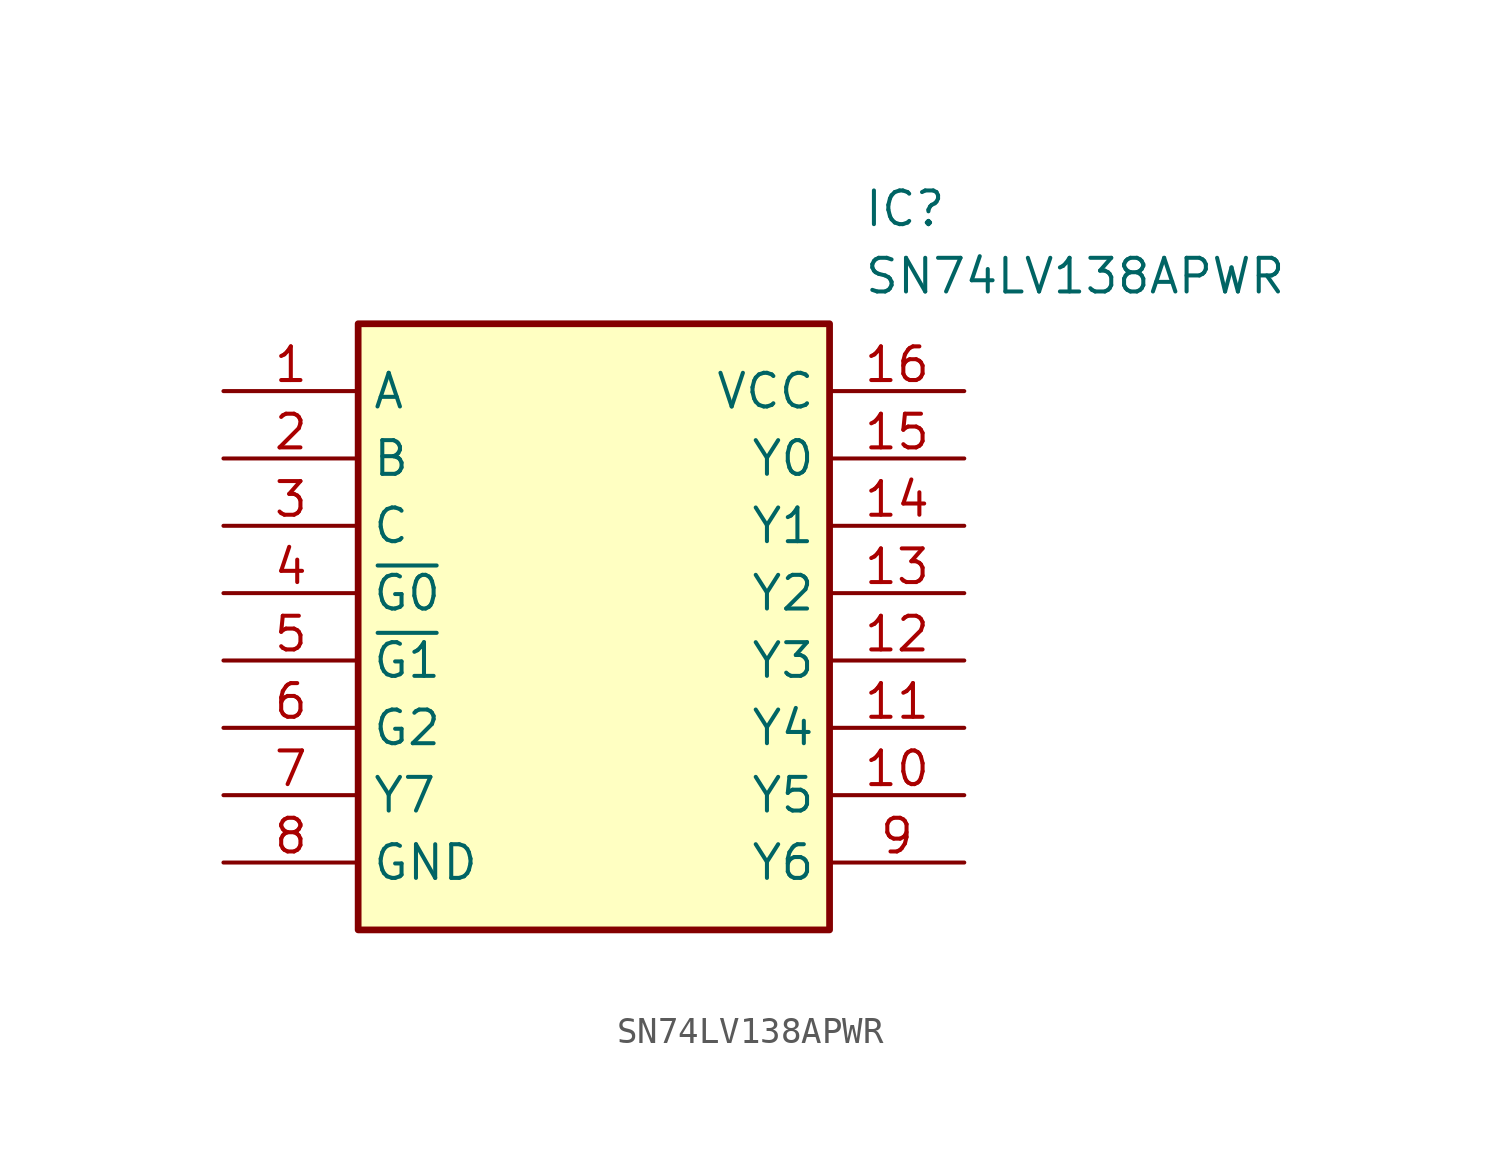
<source format=kicad_sym>
(kicad_symbol_lib
  (version 20220914)
  (generator kicad_symbol_editor)
  (symbol "SN74LV138APWR"
    (property "Reference" "IC"
      (at 24.13 7.62 0)
      (effects (font (size 1.27 1.27)) (justify left top)))
    (property "Value" "SN74LV138APWR"
      (at 24.13 5.08 0)
      (effects (font (size 1.27 1.27)) (justify left top)))
    (symbol "SN74LV138APWR_1_1"
      (rectangle (start 5.08 2.54) (end 22.86 -20.32) (stroke (width 0.254) (type default)) (fill (type background)))
      (pin passive line (at 0 0 0) (length 5.08) (name "A" (effects (font (size 1.27 1.27)))) (number "1" (effects (font (size 1.27 1.27)))))
      (pin passive line (at 27.94 -15.24 180) (length 5.08) (name "Y5" (effects (font (size 1.27 1.27)))) (number "10" (effects (font (size 1.27 1.27)))))
      (pin passive line (at 27.94 -12.7 180) (length 5.08) (name "Y4" (effects (font (size 1.27 1.27)))) (number "11" (effects (font (size 1.27 1.27)))))
      (pin passive line (at 27.94 -10.16 180) (length 5.08) (name "Y3" (effects (font (size 1.27 1.27)))) (number "12" (effects (font (size 1.27 1.27)))))
      (pin passive line (at 27.94 -7.62 180) (length 5.08) (name "Y2" (effects (font (size 1.27 1.27)))) (number "13" (effects (font (size 1.27 1.27)))))
      (pin passive line (at 27.94 -5.08 180) (length 5.08) (name "Y1" (effects (font (size 1.27 1.27)))) (number "14" (effects (font (size 1.27 1.27)))))
      (pin passive line (at 27.94 -2.54 180) (length 5.08) (name "Y0" (effects (font (size 1.27 1.27)))) (number "15" (effects (font (size 1.27 1.27)))))
      (pin passive line (at 27.94 0 180) (length 5.08) (name "VCC" (effects (font (size 1.27 1.27)))) (number "16" (effects (font (size 1.27 1.27)))))
      (pin passive line (at 0 -2.54 0) (length 5.08) (name "B" (effects (font (size 1.27 1.27)))) (number "2" (effects (font (size 1.27 1.27)))))
      (pin passive line (at 0 -5.08 0) (length 5.08) (name "C" (effects (font (size 1.27 1.27)))) (number "3" (effects (font (size 1.27 1.27)))))
      (pin passive line (at 0 -7.62 0) (length 5.08) (name "~{G0}" (effects (font (size 1.27 1.27)))) (number "4" (effects (font (size 1.27 1.27)))))
      (pin passive line (at 0 -10.16 0) (length 5.08) (name "~{G1}" (effects (font (size 1.27 1.27)))) (number "5" (effects (font (size 1.27 1.27)))))
      (pin passive line (at 0 -12.7 0) (length 5.08) (name "G2" (effects (font (size 1.27 1.27)))) (number "6" (effects (font (size 1.27 1.27)))))
      (pin passive line (at 0 -15.24 0) (length 5.08) (name "Y7" (effects (font (size 1.27 1.27)))) (number "7" (effects (font (size 1.27 1.27)))))
      (pin passive line (at 0 -17.78 0) (length 5.08) (name "GND" (effects (font (size 1.27 1.27)))) (number "8" (effects (font (size 1.27 1.27)))))
      (pin passive line (at 27.94 -17.78 180) (length 5.08) (name "Y6" (effects (font (size 1.27 1.27)))) (number "9" (effects (font (size 1.27 1.27))))))))
</source>
